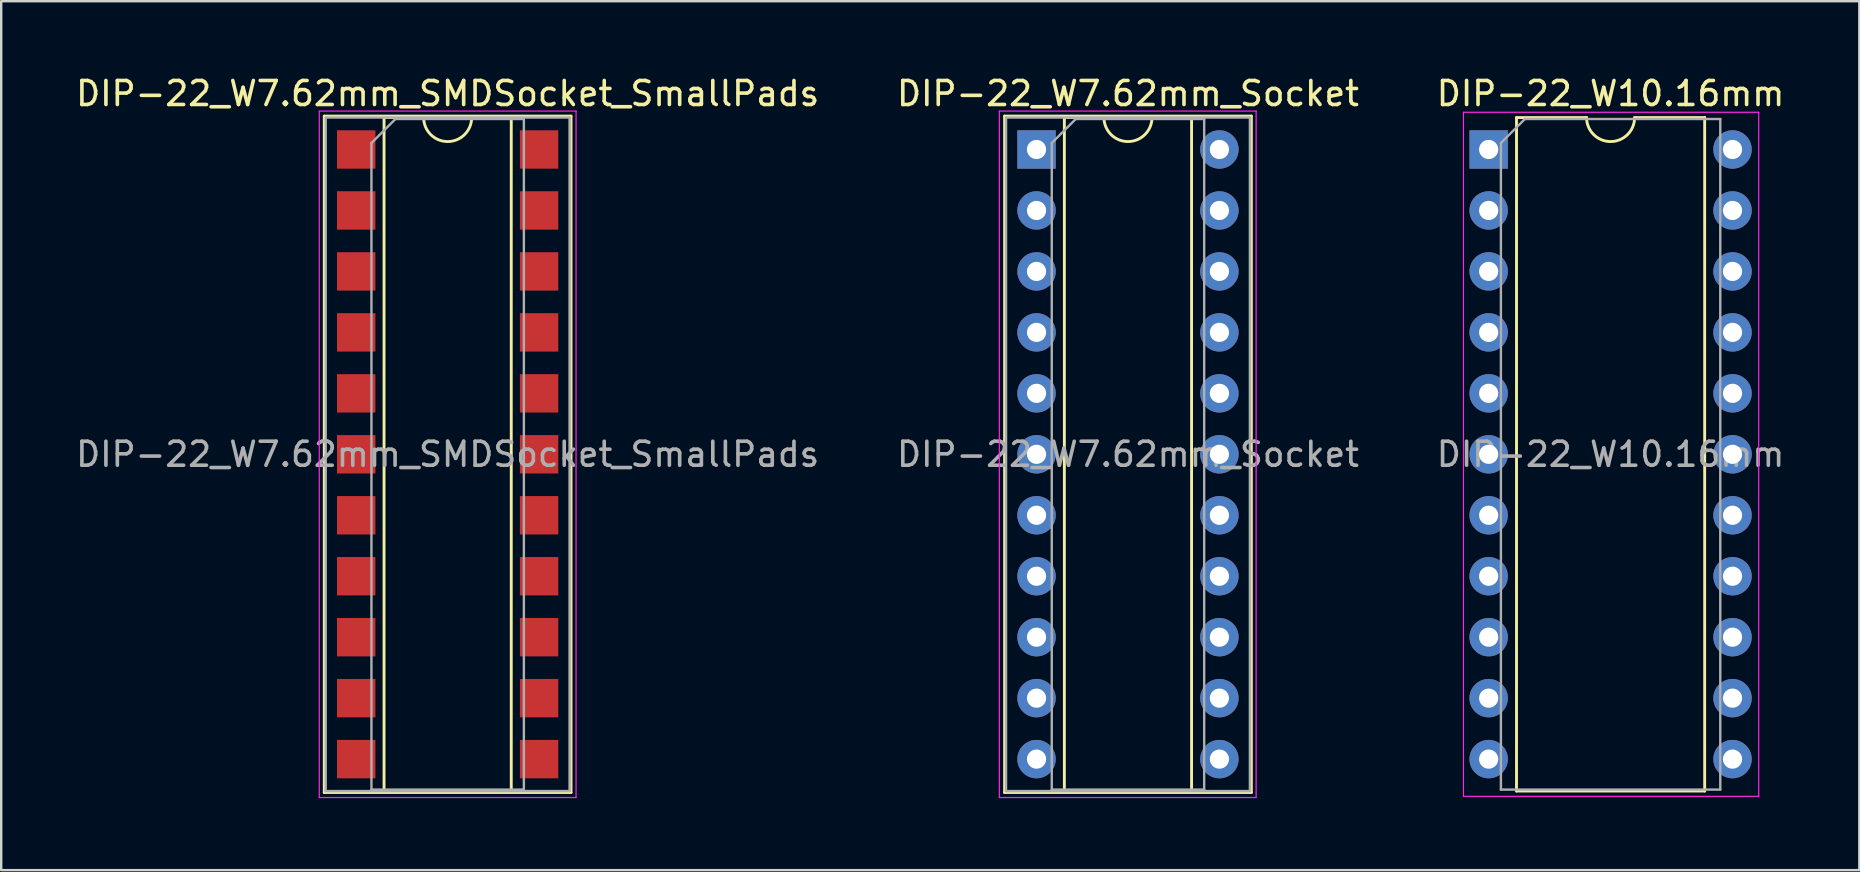
<source format=kicad_pcb>
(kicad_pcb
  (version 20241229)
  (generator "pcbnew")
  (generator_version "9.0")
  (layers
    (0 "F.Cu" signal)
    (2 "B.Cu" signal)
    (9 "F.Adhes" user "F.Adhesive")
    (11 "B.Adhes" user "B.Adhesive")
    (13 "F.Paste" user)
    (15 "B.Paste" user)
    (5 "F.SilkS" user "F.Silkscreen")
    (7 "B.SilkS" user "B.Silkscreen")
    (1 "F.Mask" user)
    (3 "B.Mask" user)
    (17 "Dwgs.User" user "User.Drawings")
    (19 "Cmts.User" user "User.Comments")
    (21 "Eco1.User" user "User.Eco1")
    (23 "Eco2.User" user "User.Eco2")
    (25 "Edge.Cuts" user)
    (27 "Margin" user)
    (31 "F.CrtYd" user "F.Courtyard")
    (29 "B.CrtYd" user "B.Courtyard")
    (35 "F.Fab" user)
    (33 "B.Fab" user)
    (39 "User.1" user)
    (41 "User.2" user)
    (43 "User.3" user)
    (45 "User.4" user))
  (footprint "DIP-22_W10.16mm"
    (layer "F.Cu")
    (at 58.974 3.178)
    (property "Reference" "DIP-22_W10.16mm" (at 5.08 -2.33 0) (layer "F.SilkS") (effects (font (size 1 1) (thickness 0.15))))
    (attr through_hole)
    (fp_line (start 1.16 -1.33) (end 1.16 26.73) (stroke (width 0.12) (type solid)) (layer "F.SilkS"))
    (fp_line (start 1.16 26.73) (end 9 26.73) (stroke (width 0.12) (type solid)) (layer "F.SilkS"))
    (fp_line (start 4.08 -1.33) (end 1.16 -1.33) (stroke (width 0.12) (type solid)) (layer "F.SilkS"))
    (fp_line (start 9 -1.33) (end 6.08 -1.33) (stroke (width 0.12) (type solid)) (layer "F.SilkS"))
    (fp_line (start 9 26.73) (end 9 -1.33) (stroke (width 0.12) (type solid)) (layer "F.SilkS"))
    (fp_arc (start 6.08 -1.33) (mid 5.08 -0.33) (end 4.08 -1.33) (stroke (width 0.12) (type solid)) (layer "F.SilkS"))
    (fp_line (start -1.05 -1.55) (end -1.05 26.95) (stroke (width 0.05) (type solid)) (layer "F.CrtYd"))
    (fp_line (start -1.05 26.95) (end 11.25 26.95) (stroke (width 0.05) (type solid)) (layer "F.CrtYd"))
    (fp_line (start 11.25 -1.55) (end -1.05 -1.55) (stroke (width 0.05) (type solid)) (layer "F.CrtYd"))
    (fp_line (start 11.25 26.95) (end 11.25 -1.55) (stroke (width 0.05) (type solid)) (layer "F.CrtYd"))
    (fp_line (start 0.51 -0.27) (end 1.51 -1.27) (stroke (width 0.1) (type solid)) (layer "F.Fab"))
    (fp_line (start 0.51 26.67) (end 0.51 -0.27) (stroke (width 0.1) (type solid)) (layer "F.Fab"))
    (fp_line (start 1.51 -1.27) (end 9.65 -1.27) (stroke (width 0.1) (type solid)) (layer "F.Fab"))
    (fp_line (start 9.65 -1.27) (end 9.65 26.67) (stroke (width 0.1) (type solid)) (layer "F.Fab"))
    (fp_line (start 9.65 26.67) (end 0.51 26.67) (stroke (width 0.1) (type solid)) (layer "F.Fab"))
    (fp_text user "${REFERENCE}" (at 5.08 12.7 0) (layer "F.Fab") (effects (font (size 1 1) (thickness 0.15))))
    (pad "1" thru_hole rect (at 0 0) (size 1.6 1.6) (drill 0.8) (layers "*.Cu" "*.Mask"))
    (pad "2" thru_hole oval (at 0 2.54) (size 1.6 1.6) (drill 0.8) (layers "*.Cu" "*.Mask"))
    (pad "3" thru_hole oval (at 0 5.08) (size 1.6 1.6) (drill 0.8) (layers "*.Cu" "*.Mask"))
    (pad "4" thru_hole oval (at 0 7.62) (size 1.6 1.6) (drill 0.8) (layers "*.Cu" "*.Mask"))
    (pad "5" thru_hole oval (at 0 10.16) (size 1.6 1.6) (drill 0.8) (layers "*.Cu" "*.Mask"))
    (pad "6" thru_hole oval (at 0 12.7) (size 1.6 1.6) (drill 0.8) (layers "*.Cu" "*.Mask"))
    (pad "7" thru_hole oval (at 0 15.24) (size 1.6 1.6) (drill 0.8) (layers "*.Cu" "*.Mask"))
    (pad "8" thru_hole oval (at 0 17.78) (size 1.6 1.6) (drill 0.8) (layers "*.Cu" "*.Mask"))
    (pad "9" thru_hole oval (at 0 20.32) (size 1.6 1.6) (drill 0.8) (layers "*.Cu" "*.Mask"))
    (pad "10" thru_hole oval (at 0 22.86) (size 1.6 1.6) (drill 0.8) (layers "*.Cu" "*.Mask"))
    (pad "11" thru_hole oval (at 0 25.4) (size 1.6 1.6) (drill 0.8) (layers "*.Cu" "*.Mask"))
    (pad "12" thru_hole oval (at 10.16 25.4) (size 1.6 1.6) (drill 0.8) (layers "*.Cu" "*.Mask"))
    (pad "13" thru_hole oval (at 10.16 22.86) (size 1.6 1.6) (drill 0.8) (layers "*.Cu" "*.Mask"))
    (pad "14" thru_hole oval (at 10.16 20.32) (size 1.6 1.6) (drill 0.8) (layers "*.Cu" "*.Mask"))
    (pad "15" thru_hole oval (at 10.16 17.78) (size 1.6 1.6) (drill 0.8) (layers "*.Cu" "*.Mask"))
    (pad "16" thru_hole oval (at 10.16 15.24) (size 1.6 1.6) (drill 0.8) (layers "*.Cu" "*.Mask"))
    (pad "17" thru_hole oval (at 10.16 12.7) (size 1.6 1.6) (drill 0.8) (layers "*.Cu" "*.Mask"))
    (pad "18" thru_hole oval (at 10.16 10.16) (size 1.6 1.6) (drill 0.8) (layers "*.Cu" "*.Mask"))
    (pad "19" thru_hole oval (at 10.16 7.62) (size 1.6 1.6) (drill 0.8) (layers "*.Cu" "*.Mask"))
    (pad "20" thru_hole oval (at 10.16 5.08) (size 1.6 1.6) (drill 0.8) (layers "*.Cu" "*.Mask"))
    (pad "21" thru_hole oval (at 10.16 2.54) (size 1.6 1.6) (drill 0.8) (layers "*.Cu" "*.Mask"))
    (pad "22" thru_hole oval (at 10.16 0) (size 1.6 1.6) (drill 0.8) (layers "*.Cu" "*.Mask")))
  (footprint "DIP-22_W7.62mm_SMDSocket_SmallPads"
    (layer "F.Cu")
    (at 15.601 15.878)
    (property "Reference" "DIP-22_W7.62mm_SMDSocket_SmallPads" (at 0 -15.03 0) (layer "F.SilkS") (effects (font (size 1 1) (thickness 0.15))))
    (attr smd)
    (fp_line (start -5.14 -14.09) (end -5.14 14.09) (stroke (width 0.12) (type solid)) (layer "F.SilkS"))
    (fp_line (start -5.14 14.09) (end 5.14 14.09) (stroke (width 0.12) (type solid)) (layer "F.SilkS"))
    (fp_line (start -2.65 -14.03) (end -2.65 14.03) (stroke (width 0.12) (type solid)) (layer "F.SilkS"))
    (fp_line (start -2.65 14.03) (end 2.65 14.03) (stroke (width 0.12) (type solid)) (layer "F.SilkS"))
    (fp_line (start -1 -14.03) (end -2.65 -14.03) (stroke (width 0.12) (type solid)) (layer "F.SilkS"))
    (fp_line (start 2.65 -14.03) (end 1 -14.03) (stroke (width 0.12) (type solid)) (layer "F.SilkS"))
    (fp_line (start 2.65 14.03) (end 2.65 -14.03) (stroke (width 0.12) (type solid)) (layer "F.SilkS"))
    (fp_line (start 5.14 -14.09) (end -5.14 -14.09) (stroke (width 0.12) (type solid)) (layer "F.SilkS"))
    (fp_line (start 5.14 14.09) (end 5.14 -14.09) (stroke (width 0.12) (type solid)) (layer "F.SilkS"))
    (fp_arc (start 1 -14.03) (mid 0 -13.03) (end -1 -14.03) (stroke (width 0.12) (type solid)) (layer "F.SilkS"))
    (fp_line (start -5.35 -14.3) (end -5.35 14.3) (stroke (width 0.05) (type solid)) (layer "F.CrtYd"))
    (fp_line (start -5.35 14.3) (end 5.35 14.3) (stroke (width 0.05) (type solid)) (layer "F.CrtYd"))
    (fp_line (start 5.35 -14.3) (end -5.35 -14.3) (stroke (width 0.05) (type solid)) (layer "F.CrtYd"))
    (fp_line (start 5.35 14.3) (end 5.35 -14.3) (stroke (width 0.05) (type solid)) (layer "F.CrtYd"))
    (fp_line (start -5.08 -14.03) (end -5.08 14.03) (stroke (width 0.1) (type solid)) (layer "F.Fab"))
    (fp_line (start -5.08 14.03) (end 5.08 14.03) (stroke (width 0.1) (type solid)) (layer "F.Fab"))
    (fp_line (start -3.175 -12.97) (end -2.175 -13.97) (stroke (width 0.1) (type solid)) (layer "F.Fab"))
    (fp_line (start -3.175 13.97) (end -3.175 -12.97) (stroke (width 0.1) (type solid)) (layer "F.Fab"))
    (fp_line (start -2.175 -13.97) (end 3.175 -13.97) (stroke (width 0.1) (type solid)) (layer "F.Fab"))
    (fp_line (start 3.175 -13.97) (end 3.175 13.97) (stroke (width 0.1) (type solid)) (layer "F.Fab"))
    (fp_line (start 3.175 13.97) (end -3.175 13.97) (stroke (width 0.1) (type solid)) (layer "F.Fab"))
    (fp_line (start 5.08 -14.03) (end -5.08 -14.03) (stroke (width 0.1) (type solid)) (layer "F.Fab"))
    (fp_line (start 5.08 14.03) (end 5.08 -14.03) (stroke (width 0.1) (type solid)) (layer "F.Fab"))
    (fp_text user "${REFERENCE}" (at 0 0 0) (layer "F.Fab") (effects (font (size 1 1) (thickness 0.15))))
    (pad "1" smd rect (at -3.81 -12.7) (size 1.6 1.6) (layers "F.Cu" "F.Mask" "F.Paste"))
    (pad "2" smd rect (at -3.81 -10.16) (size 1.6 1.6) (layers "F.Cu" "F.Mask" "F.Paste"))
    (pad "3" smd rect (at -3.81 -7.62) (size 1.6 1.6) (layers "F.Cu" "F.Mask" "F.Paste"))
    (pad "4" smd rect (at -3.81 -5.08) (size 1.6 1.6) (layers "F.Cu" "F.Mask" "F.Paste"))
    (pad "5" smd rect (at -3.81 -2.54) (size 1.6 1.6) (layers "F.Cu" "F.Mask" "F.Paste"))
    (pad "6" smd rect (at -3.81 0) (size 1.6 1.6) (layers "F.Cu" "F.Mask" "F.Paste"))
    (pad "7" smd rect (at -3.81 2.54) (size 1.6 1.6) (layers "F.Cu" "F.Mask" "F.Paste"))
    (pad "8" smd rect (at -3.81 5.08) (size 1.6 1.6) (layers "F.Cu" "F.Mask" "F.Paste"))
    (pad "9" smd rect (at -3.81 7.62) (size 1.6 1.6) (layers "F.Cu" "F.Mask" "F.Paste"))
    (pad "10" smd rect (at -3.81 10.16) (size 1.6 1.6) (layers "F.Cu" "F.Mask" "F.Paste"))
    (pad "11" smd rect (at -3.81 12.7) (size 1.6 1.6) (layers "F.Cu" "F.Mask" "F.Paste"))
    (pad "12" smd rect (at 3.81 12.7) (size 1.6 1.6) (layers "F.Cu" "F.Mask" "F.Paste"))
    (pad "13" smd rect (at 3.81 10.16) (size 1.6 1.6) (layers "F.Cu" "F.Mask" "F.Paste"))
    (pad "14" smd rect (at 3.81 7.62) (size 1.6 1.6) (layers "F.Cu" "F.Mask" "F.Paste"))
    (pad "15" smd rect (at 3.81 5.08) (size 1.6 1.6) (layers "F.Cu" "F.Mask" "F.Paste"))
    (pad "16" smd rect (at 3.81 2.54) (size 1.6 1.6) (layers "F.Cu" "F.Mask" "F.Paste"))
    (pad "17" smd rect (at 3.81 0) (size 1.6 1.6) (layers "F.Cu" "F.Mask" "F.Paste"))
    (pad "18" smd rect (at 3.81 -2.54) (size 1.6 1.6) (layers "F.Cu" "F.Mask" "F.Paste"))
    (pad "19" smd rect (at 3.81 -5.08) (size 1.6 1.6) (layers "F.Cu" "F.Mask" "F.Paste"))
    (pad "20" smd rect (at 3.81 -7.62) (size 1.6 1.6) (layers "F.Cu" "F.Mask" "F.Paste"))
    (pad "21" smd rect (at 3.81 -10.16) (size 1.6 1.6) (layers "F.Cu" "F.Mask" "F.Paste"))
    (pad "22" smd rect (at 3.81 -12.7) (size 1.6 1.6) (layers "F.Cu" "F.Mask" "F.Paste")))
  (footprint "DIP-22_W7.62mm_Socket"
    (layer "F.Cu")
    (at 40.136 3.178)
    (property "Reference" "DIP-22_W7.62mm_Socket" (at 3.81 -2.33 0) (layer "F.SilkS") (effects (font (size 1 1) (thickness 0.15))))
    (attr through_hole)
    (fp_line (start -1.33 -1.39) (end -1.33 26.79) (stroke (width 0.12) (type solid)) (layer "F.SilkS"))
    (fp_line (start -1.33 26.79) (end 8.95 26.79) (stroke (width 0.12) (type solid)) (layer "F.SilkS"))
    (fp_line (start 1.16 -1.33) (end 1.16 26.73) (stroke (width 0.12) (type solid)) (layer "F.SilkS"))
    (fp_line (start 1.16 26.73) (end 6.46 26.73) (stroke (width 0.12) (type solid)) (layer "F.SilkS"))
    (fp_line (start 2.81 -1.33) (end 1.16 -1.33) (stroke (width 0.12) (type solid)) (layer "F.SilkS"))
    (fp_line (start 6.46 -1.33) (end 4.81 -1.33) (stroke (width 0.12) (type solid)) (layer "F.SilkS"))
    (fp_line (start 6.46 26.73) (end 6.46 -1.33) (stroke (width 0.12) (type solid)) (layer "F.SilkS"))
    (fp_line (start 8.95 -1.39) (end -1.33 -1.39) (stroke (width 0.12) (type solid)) (layer "F.SilkS"))
    (fp_line (start 8.95 26.79) (end 8.95 -1.39) (stroke (width 0.12) (type solid)) (layer "F.SilkS"))
    (fp_arc (start 4.81 -1.33) (mid 3.81 -0.33) (end 2.81 -1.33) (stroke (width 0.12) (type solid)) (layer "F.SilkS"))
    (fp_line (start -1.55 -1.6) (end -1.55 27) (stroke (width 0.05) (type solid)) (layer "F.CrtYd"))
    (fp_line (start -1.55 27) (end 9.15 27) (stroke (width 0.05) (type solid)) (layer "F.CrtYd"))
    (fp_line (start 9.15 -1.6) (end -1.55 -1.6) (stroke (width 0.05) (type solid)) (layer "F.CrtYd"))
    (fp_line (start 9.15 27) (end 9.15 -1.6) (stroke (width 0.05) (type solid)) (layer "F.CrtYd"))
    (fp_line (start -1.27 -1.33) (end -1.27 26.73) (stroke (width 0.1) (type solid)) (layer "F.Fab"))
    (fp_line (start -1.27 26.73) (end 8.89 26.73) (stroke (width 0.1) (type solid)) (layer "F.Fab"))
    (fp_line (start 0.635 -0.27) (end 1.635 -1.27) (stroke (width 0.1) (type solid)) (layer "F.Fab"))
    (fp_line (start 0.635 26.67) (end 0.635 -0.27) (stroke (width 0.1) (type solid)) (layer "F.Fab"))
    (fp_line (start 1.635 -1.27) (end 6.985 -1.27) (stroke (width 0.1) (type solid)) (layer "F.Fab"))
    (fp_line (start 6.985 -1.27) (end 6.985 26.67) (stroke (width 0.1) (type solid)) (layer "F.Fab"))
    (fp_line (start 6.985 26.67) (end 0.635 26.67) (stroke (width 0.1) (type solid)) (layer "F.Fab"))
    (fp_line (start 8.89 -1.33) (end -1.27 -1.33) (stroke (width 0.1) (type solid)) (layer "F.Fab"))
    (fp_line (start 8.89 26.73) (end 8.89 -1.33) (stroke (width 0.1) (type solid)) (layer "F.Fab"))
    (fp_text user "${REFERENCE}" (at 3.81 12.7 0) (layer "F.Fab") (effects (font (size 1 1) (thickness 0.15))))
    (pad "1" thru_hole rect (at 0 0) (size 1.6 1.6) (drill 0.8) (layers "*.Cu" "*.Mask"))
    (pad "2" thru_hole oval (at 0 2.54) (size 1.6 1.6) (drill 0.8) (layers "*.Cu" "*.Mask"))
    (pad "3" thru_hole oval (at 0 5.08) (size 1.6 1.6) (drill 0.8) (layers "*.Cu" "*.Mask"))
    (pad "4" thru_hole oval (at 0 7.62) (size 1.6 1.6) (drill 0.8) (layers "*.Cu" "*.Mask"))
    (pad "5" thru_hole oval (at 0 10.16) (size 1.6 1.6) (drill 0.8) (layers "*.Cu" "*.Mask"))
    (pad "6" thru_hole oval (at 0 12.7) (size 1.6 1.6) (drill 0.8) (layers "*.Cu" "*.Mask"))
    (pad "7" thru_hole oval (at 0 15.24) (size 1.6 1.6) (drill 0.8) (layers "*.Cu" "*.Mask"))
    (pad "8" thru_hole oval (at 0 17.78) (size 1.6 1.6) (drill 0.8) (layers "*.Cu" "*.Mask"))
    (pad "9" thru_hole oval (at 0 20.32) (size 1.6 1.6) (drill 0.8) (layers "*.Cu" "*.Mask"))
    (pad "10" thru_hole oval (at 0 22.86) (size 1.6 1.6) (drill 0.8) (layers "*.Cu" "*.Mask"))
    (pad "11" thru_hole oval (at 0 25.4) (size 1.6 1.6) (drill 0.8) (layers "*.Cu" "*.Mask"))
    (pad "12" thru_hole oval (at 7.62 25.4) (size 1.6 1.6) (drill 0.8) (layers "*.Cu" "*.Mask"))
    (pad "13" thru_hole oval (at 7.62 22.86) (size 1.6 1.6) (drill 0.8) (layers "*.Cu" "*.Mask"))
    (pad "14" thru_hole oval (at 7.62 20.32) (size 1.6 1.6) (drill 0.8) (layers "*.Cu" "*.Mask"))
    (pad "15" thru_hole oval (at 7.62 17.78) (size 1.6 1.6) (drill 0.8) (layers "*.Cu" "*.Mask"))
    (pad "16" thru_hole oval (at 7.62 15.24) (size 1.6 1.6) (drill 0.8) (layers "*.Cu" "*.Mask"))
    (pad "17" thru_hole oval (at 7.62 12.7) (size 1.6 1.6) (drill 0.8) (layers "*.Cu" "*.Mask"))
    (pad "18" thru_hole oval (at 7.62 10.16) (size 1.6 1.6) (drill 0.8) (layers "*.Cu" "*.Mask"))
    (pad "19" thru_hole oval (at 7.62 7.62) (size 1.6 1.6) (drill 0.8) (layers "*.Cu" "*.Mask"))
    (pad "20" thru_hole oval (at 7.62 5.08) (size 1.6 1.6) (drill 0.8) (layers "*.Cu" "*.Mask"))
    (pad "21" thru_hole oval (at 7.62 2.54) (size 1.6 1.6) (drill 0.8) (layers "*.Cu" "*.Mask"))
    (pad "22" thru_hole oval (at 7.62 0) (size 1.6 1.6) (drill 0.8) (layers "*.Cu" "*.Mask")))
  (gr_rect
    (start -3 -3)
    (end 74.417 33.203)
    (stroke (width 0.1) (type default))
    (fill no)
    (layer "Edge.Cuts")))
</source>
